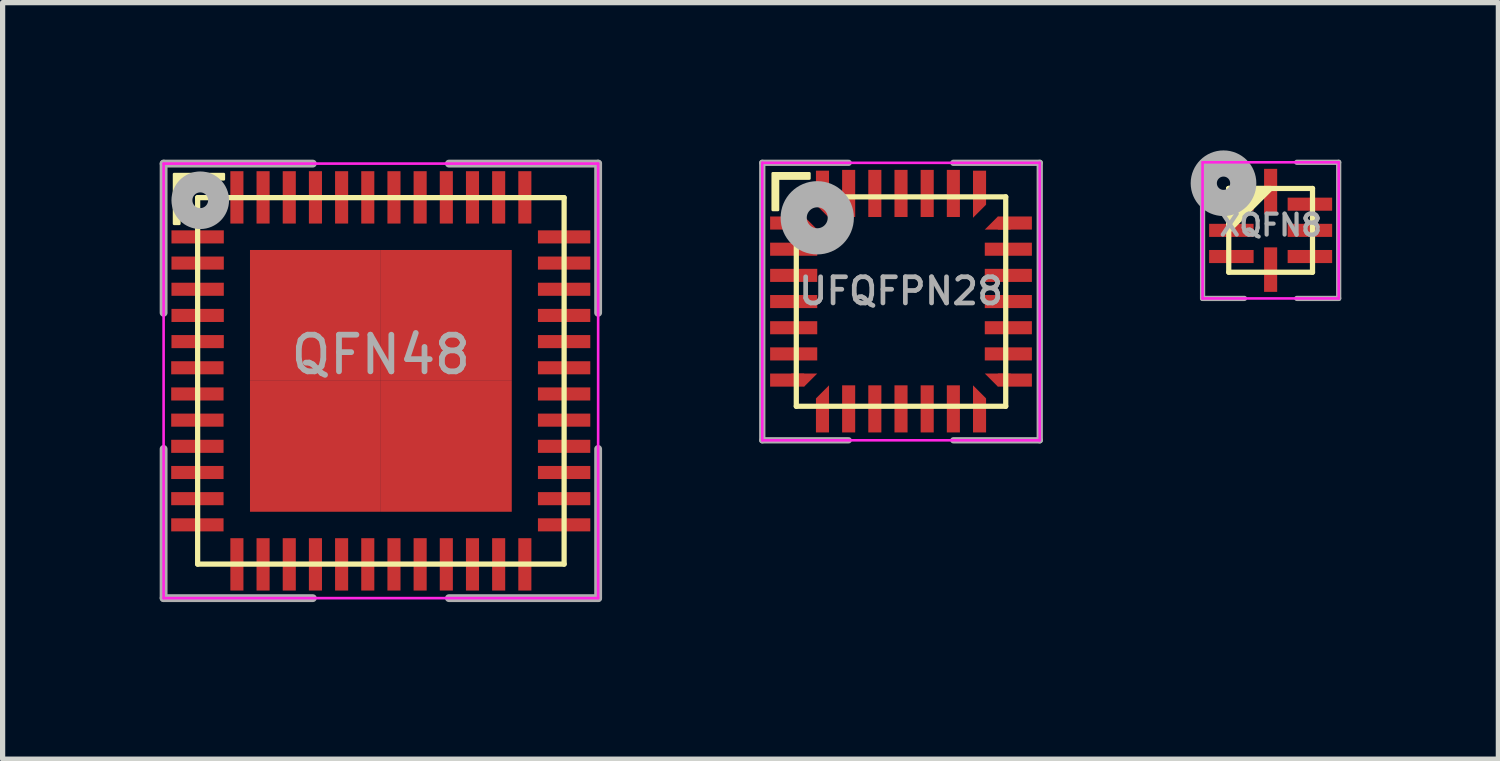
<source format=kicad_pcb>
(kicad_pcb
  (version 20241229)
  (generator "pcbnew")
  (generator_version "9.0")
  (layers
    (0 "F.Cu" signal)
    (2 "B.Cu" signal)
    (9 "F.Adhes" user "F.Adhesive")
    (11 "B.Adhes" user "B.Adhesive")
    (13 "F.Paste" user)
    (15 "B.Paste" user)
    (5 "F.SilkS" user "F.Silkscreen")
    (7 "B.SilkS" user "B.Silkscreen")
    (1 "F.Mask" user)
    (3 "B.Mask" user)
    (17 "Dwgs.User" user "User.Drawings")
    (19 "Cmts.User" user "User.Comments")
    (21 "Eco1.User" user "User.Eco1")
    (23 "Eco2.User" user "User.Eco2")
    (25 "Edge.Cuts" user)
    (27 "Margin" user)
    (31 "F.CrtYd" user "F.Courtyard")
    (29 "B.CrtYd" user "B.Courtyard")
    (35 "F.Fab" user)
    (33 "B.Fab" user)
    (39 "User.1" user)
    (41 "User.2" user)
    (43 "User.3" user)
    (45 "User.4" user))
  (footprint "XQFN8"
    (layer "F.Cu")
    (at 21.22 1.35)
    (property "Reference" "XQFN8" (at 0 -0.1 0) (layer "F.Fab") (effects (font (size 0.4 0.4) (thickness 0.08))))
    (attr smd)
    (fp_line (start -0.8 -0.8) (end 0.8 -0.8) (stroke (width 0.1) (type solid)) (layer "F.SilkS"))
    (fp_line (start -0.8 0.8) (end -0.8 -0.8) (stroke (width 0.1) (type solid)) (layer "F.SilkS"))
    (fp_line (start 0.8 -0.8) (end 0.8 0.8) (stroke (width 0.1) (type solid)) (layer "F.SilkS"))
    (fp_line (start 0.8 0.8) (end -0.8 0.8) (stroke (width 0.1) (type solid)) (layer "F.SilkS"))
    (fp_poly (pts (xy -0.8 0) (xy -0.8 -0.8) (xy 0 -0.8)) (stroke (width 0.1) (type solid)) (fill yes) (layer "F.SilkS"))
    (fp_line (start -1.3 1.3) (end -1.3 -1.3) (stroke (width 0.05) (type solid)) (layer "F.CrtYd"))
    (fp_line (start 1.3 -1.3) (end -1.3 -1.3) (stroke (width 0.05) (type solid)) (layer "F.CrtYd"))
    (fp_line (start 1.3 1.3) (end -1.3 1.3) (stroke (width 0.05) (type solid)) (layer "F.CrtYd"))
    (fp_line (start 1.3 1.3) (end 1.3 -1.3) (stroke (width 0.05) (type solid)) (layer "F.CrtYd"))
    (fp_line (start -1.3 1.3) (end -1.3 -1.3) (stroke (width 0.1) (type solid)) (layer "F.Fab"))
    (fp_line (start -0.5 -1.3) (end -1.3 -1.3) (stroke (width 0.1) (type solid)) (layer "F.Fab"))
    (fp_line (start -0.5 1.3) (end -1.3 1.3) (stroke (width 0.1) (type solid)) (layer "F.Fab"))
    (fp_line (start 1.3 -1.3) (end 0.5 -1.3) (stroke (width 0.1) (type solid)) (layer "F.Fab"))
    (fp_line (start 1.3 1.3) (end 0.5 1.3) (stroke (width 0.1) (type solid)) (layer "F.Fab"))
    (fp_line (start 1.3 1.3) (end 1.3 -1.3) (stroke (width 0.1) (type solid)) (layer "F.Fab"))
    (fp_circle (center -0.9 -0.9) (end -0.773 -0.9) (stroke (width 0.5) (type solid)) (fill no) (layer "F.Fab"))
    (pad "1" smd rect (at -0.75 -0.5 90) (size 0.25 0.85) (layers "F.Cu" "F.Mask" "F.Paste"))
    (pad "2" smd rect (at -0.75 0 90) (size 0.25 0.85) (layers "F.Cu" "F.Mask" "F.Paste"))
    (pad "3" smd rect (at -0.75 0.5 90) (size 0.25 0.85) (layers "F.Cu" "F.Mask" "F.Paste"))
    (pad "4" smd rect (at 0 0.75) (size 0.25 0.85) (layers "F.Cu" "F.Mask" "F.Paste"))
    (pad "5" smd rect (at 0.75 0.5 90) (size 0.25 0.85) (layers "F.Cu" "F.Mask" "F.Paste"))
    (pad "6" smd rect (at 0.75 0 90) (size 0.25 0.85) (layers "F.Cu" "F.Mask" "F.Paste"))
    (pad "7" smd rect (at 0.75 -0.5 90) (size 0.25 0.85) (layers "F.Cu" "F.Mask" "F.Paste"))
    (pad "8" smd rect (at 0 -0.75) (size 0.25 0.85) (layers "F.Cu" "F.Mask" "F.Paste")))
  (footprint "QFN48"
    (layer "F.Cu")
    (at 4.225 4.225)
    (property "Reference" "QFN48" (at 0 -0.5 0) (layer "F.Fab") (effects (font (size 0.7 0.7) (thickness 0.11))))
    (attr smd)
    (fp_line (start -3.5 3.5) (end -3.5 -3.5) (stroke (width 0.1) (type solid)) (layer "F.SilkS"))
    (fp_line (start -3.5 3.5) (end 3.5 3.5) (stroke (width 0.1) (type solid)) (layer "F.SilkS"))
    (fp_line (start 3.5 -3.5) (end -3.5 -3.5) (stroke (width 0.1) (type solid)) (layer "F.SilkS"))
    (fp_line (start 3.5 -3.5) (end 3.5 3.5) (stroke (width 0.1) (type solid)) (layer "F.SilkS"))
    (fp_poly (pts (xy -3 -3.85) (xy -3.85 -3.85) (xy -3.85 -3) (xy -3.95 -3) (xy -3.95 -3.95) (xy -3 -3.95)) (stroke (width 0.05) (type solid)) (fill yes) (layer "F.SilkS"))
    (fp_line (start -4.15 -4.15) (end 4.15 -4.15) (stroke (width 0.05) (type solid)) (layer "F.CrtYd"))
    (fp_line (start -4.15 4.15) (end -4.15 -4.15) (stroke (width 0.05) (type solid)) (layer "F.CrtYd"))
    (fp_line (start 4.15 4.15) (end -4.15 4.15) (stroke (width 0.05) (type solid)) (layer "F.CrtYd"))
    (fp_line (start 4.15 4.15) (end 4.15 -4.15) (stroke (width 0.05) (type solid)) (layer "F.CrtYd"))
    (fp_line (start -4.15 -4.15) (end -4.15 -1.3) (stroke (width 0.15) (type solid)) (layer "F.Fab"))
    (fp_line (start -4.15 -4.15) (end -1.3 -4.15) (stroke (width 0.15) (type solid)) (layer "F.Fab"))
    (fp_line (start -4.15 4.15) (end -4.15 1.3) (stroke (width 0.15) (type solid)) (layer "F.Fab"))
    (fp_line (start -4.15 4.15) (end -1.3 4.15) (stroke (width 0.15) (type solid)) (layer "F.Fab"))
    (fp_line (start 1.3 -4.15) (end 4.15 -4.15) (stroke (width 0.15) (type solid)) (layer "F.Fab"))
    (fp_line (start 1.3 4.15) (end 4.15 4.15) (stroke (width 0.15) (type solid)) (layer "F.Fab"))
    (fp_line (start 4.15 -4.15) (end 4.15 -1.3) (stroke (width 0.15) (type solid)) (layer "F.Fab"))
    (fp_line (start 4.15 4.15) (end 4.15 1.3) (stroke (width 0.15) (type solid)) (layer "F.Fab"))
    (fp_circle (center -3.45 -3.45) (end -3.3 -3.45) (stroke (width 0.4) (type solid)) (fill no) (layer "F.Fab"))
    (pad "0" smd rect (at -1.25 -1.25) (size 2.5 2.5) (layers "F.Cu" "F.Mask" "F.Paste"))
    (pad "0" smd rect (at -1.25 1.25) (size 2.5 2.5) (layers "F.Cu" "F.Mask" "F.Paste"))
    (pad "0" smd rect (at 1.25 -1.25) (size 2.5 2.5) (layers "F.Cu" "F.Mask" "F.Paste"))
    (pad "0" smd rect (at 1.25 1.25) (size 2.5 2.5) (layers "F.Cu" "F.Mask" "F.Paste"))
    (pad "1" smd rect (at -3.5 -2.75) (size 1 0.25) (layers "F.Cu" "F.Mask" "F.Paste"))
    (pad "2" smd rect (at -3.5 -2.25) (size 1 0.25) (layers "F.Cu" "F.Mask" "F.Paste"))
    (pad "3" smd rect (at -3.5 -1.75) (size 1 0.25) (layers "F.Cu" "F.Mask" "F.Paste"))
    (pad "4" smd rect (at -3.5 -1.25) (size 1 0.25) (layers "F.Cu" "F.Mask" "F.Paste"))
    (pad "5" smd rect (at -3.5 -0.75) (size 1 0.25) (layers "F.Cu" "F.Mask" "F.Paste"))
    (pad "6" smd rect (at -3.505 -0.25) (size 1 0.25) (layers "F.Cu" "F.Mask" "F.Paste"))
    (pad "7" smd rect (at -3.505 0.25) (size 1 0.25) (layers "F.Cu" "F.Mask" "F.Paste"))
    (pad "8" smd rect (at -3.505 0.75) (size 1 0.25) (layers "F.Cu" "F.Mask" "F.Paste"))
    (pad "9" smd rect (at -3.505 1.25) (size 1 0.25) (layers "F.Cu" "F.Mask" "F.Paste"))
    (pad "10" smd rect (at -3.505 1.75) (size 1 0.25) (layers "F.Cu" "F.Mask" "F.Paste"))
    (pad "11" smd rect (at -3.505 2.25) (size 1 0.25) (layers "F.Cu" "F.Mask" "F.Paste"))
    (pad "12" smd rect (at -3.505 2.75) (size 1 0.25) (layers "F.Cu" "F.Mask" "F.Paste"))
    (pad "13" smd rect (at -2.75 3.505) (size 0.25 1) (layers "F.Cu" "F.Mask" "F.Paste"))
    (pad "14" smd rect (at -2.25 3.505) (size 0.25 1) (layers "F.Cu" "F.Mask" "F.Paste"))
    (pad "15" smd rect (at -1.75 3.505) (size 0.25 1) (layers "F.Cu" "F.Mask" "F.Paste"))
    (pad "16" smd rect (at -1.25 3.505) (size 0.25 1) (layers "F.Cu" "F.Mask" "F.Paste"))
    (pad "17" smd rect (at -0.75 3.505) (size 0.25 1) (layers "F.Cu" "F.Mask" "F.Paste"))
    (pad "18" smd rect (at -0.25 3.505) (size 0.25 1) (layers "F.Cu" "F.Mask" "F.Paste"))
    (pad "19" smd rect (at 0.25 3.505) (size 0.25 1) (layers "F.Cu" "F.Mask" "F.Paste"))
    (pad "20" smd rect (at 0.75 3.505) (size 0.25 1) (layers "F.Cu" "F.Mask" "F.Paste"))
    (pad "21" smd rect (at 1.25 3.505) (size 0.25 1) (layers "F.Cu" "F.Mask" "F.Paste"))
    (pad "22" smd rect (at 1.75 3.505) (size 0.25 1) (layers "F.Cu" "F.Mask" "F.Paste"))
    (pad "23" smd rect (at 2.25 3.505) (size 0.25 1) (layers "F.Cu" "F.Mask" "F.Paste"))
    (pad "24" smd rect (at 2.75 3.505) (size 0.25 1) (layers "F.Cu" "F.Mask" "F.Paste"))
    (pad "25" smd rect (at 3.5 2.75) (size 1 0.25) (layers "F.Cu" "F.Mask" "F.Paste"))
    (pad "26" smd rect (at 3.5 2.25) (size 1 0.25) (layers "F.Cu" "F.Mask" "F.Paste"))
    (pad "27" smd rect (at 3.5 1.75) (size 1 0.25) (layers "F.Cu" "F.Mask" "F.Paste"))
    (pad "28" smd rect (at 3.5 1.25) (size 1 0.25) (layers "F.Cu" "F.Mask" "F.Paste"))
    (pad "29" smd rect (at 3.5 0.75) (size 1 0.25) (layers "F.Cu" "F.Mask" "F.Paste"))
    (pad "30" smd rect (at 3.5 0.25) (size 1 0.25) (layers "F.Cu" "F.Mask" "F.Paste"))
    (pad "31" smd rect (at 3.5 -0.25) (size 1 0.25) (layers "F.Cu" "F.Mask" "F.Paste"))
    (pad "32" smd rect (at 3.5 -0.75) (size 1 0.25) (layers "F.Cu" "F.Mask" "F.Paste"))
    (pad "33" smd rect (at 3.5 -1.25) (size 1 0.25) (layers "F.Cu" "F.Mask" "F.Paste"))
    (pad "34" smd rect (at 3.5 -1.75) (size 1 0.25) (layers "F.Cu" "F.Mask" "F.Paste"))
    (pad "35" smd rect (at 3.5 -2.25) (size 1 0.25) (layers "F.Cu" "F.Mask" "F.Paste"))
    (pad "36" smd rect (at 3.5 -2.75) (size 1 0.25) (layers "F.Cu" "F.Mask" "F.Paste"))
    (pad "37" smd rect (at 2.75 -3.505) (size 0.25 1) (layers "F.Cu" "F.Mask" "F.Paste"))
    (pad "38" smd rect (at 2.25 -3.505) (size 0.25 1) (layers "F.Cu" "F.Mask" "F.Paste"))
    (pad "39" smd rect (at 1.75 -3.505) (size 0.25 1) (layers "F.Cu" "F.Mask" "F.Paste"))
    (pad "40" smd rect (at 1.25 -3.505) (size 0.25 1) (layers "F.Cu" "F.Mask" "F.Paste"))
    (pad "41" smd rect (at 0.75 -3.505) (size 0.25 1) (layers "F.Cu" "F.Mask" "F.Paste"))
    (pad "42" smd rect (at 0.25 -3.505) (size 0.25 1) (layers "F.Cu" "F.Mask" "F.Paste"))
    (pad "43" smd rect (at -0.25 -3.505) (size 0.25 1) (layers "F.Cu" "F.Mask" "F.Paste"))
    (pad "44" smd rect (at -0.75 -3.505) (size 0.25 1) (layers "F.Cu" "F.Mask" "F.Paste"))
    (pad "45" smd rect (at -1.25 -3.505) (size 0.25 1) (layers "F.Cu" "F.Mask" "F.Paste"))
    (pad "46" smd rect (at -1.75 -3.505) (size 0.25 1) (layers "F.Cu" "F.Mask" "F.Paste"))
    (pad "47" smd rect (at -2.25 -3.505) (size 0.25 1) (layers "F.Cu" "F.Mask" "F.Paste"))
    (pad "48" smd rect (at -2.75 -3.505) (size 0.25 1) (layers "F.Cu" "F.Mask" "F.Paste")))
  (footprint "UFQFPN28"
    (layer "F.Cu")
    (at 14.16 2.71)
    (property "Reference" "UFQFPN28" (at 0 -0.2 0) (layer "F.Fab") (effects (font (size 0.5 0.5) (thickness 0.09))))
    (attr smd)
    (fp_line (start -2 -2) (end 2 -2) (stroke (width 0.1) (type solid)) (layer "F.SilkS"))
    (fp_line (start -2 2) (end -2 -2) (stroke (width 0.1) (type solid)) (layer "F.SilkS"))
    (fp_line (start 2 -2) (end 2 2) (stroke (width 0.1) (type solid)) (layer "F.SilkS"))
    (fp_line (start 2 2) (end -2 2) (stroke (width 0.1) (type solid)) (layer "F.SilkS"))
    (fp_poly (pts (xy -1.75 -2.35) (xy -2.35 -2.35) (xy -2.35 -1.75) (xy -2.45 -1.75) (xy -2.45 -2.45) (xy -1.75 -2.45)) (stroke (width 0.05) (type solid)) (fill yes) (layer "F.SilkS"))
    (fp_line (start -2.65 -2.65) (end 2.65 -2.65) (stroke (width 0.05) (type solid)) (layer "F.CrtYd"))
    (fp_line (start -2.65 2.65) (end -2.65 -2.65) (stroke (width 0.05) (type solid)) (layer "F.CrtYd"))
    (fp_line (start 2.65 -2.65) (end 2.65 2.65) (stroke (width 0.05) (type solid)) (layer "F.CrtYd"))
    (fp_line (start 2.65 2.65) (end -2.65 2.65) (stroke (width 0.05) (type solid)) (layer "F.CrtYd"))
    (fp_line (start -2.65 -2.65) (end -2.65 2.65) (stroke (width 0.12) (type solid)) (layer "F.Fab"))
    (fp_line (start -2.65 2.65) (end -1 2.65) (stroke (width 0.12) (type solid)) (layer "F.Fab"))
    (fp_line (start -1 -2.65) (end -2.65 -2.65) (stroke (width 0.12) (type solid)) (layer "F.Fab"))
    (fp_line (start 1 2.65) (end 2.65 2.65) (stroke (width 0.12) (type solid)) (layer "F.Fab"))
    (fp_line (start 2.65 -2.65) (end 1 -2.65) (stroke (width 0.12) (type solid)) (layer "F.Fab"))
    (fp_line (start 2.65 2.65) (end 2.65 -2.65) (stroke (width 0.12) (type solid)) (layer "F.Fab"))
    (fp_circle (center -1.6 -1.6) (end -1.4 -1.6) (stroke (width 0.5) (type solid)) (fill no) (layer "F.Fab"))
    (pad "1" smd rect (at -2.175 -1.5) (size 0.65 0.25) (layers "F.Cu" "F.Mask" "F.Paste"))
    (pad "1" smd trapezoid (at -1.85 -1.5) (size 0.25 0.25) (rect_delta 0 0.25) (layers "F.Cu" "F.Mask" "F.Paste"))
    (pad "2" smd rect (at -2.05 -1) (size 0.9 0.25) (layers "F.Cu" "F.Mask" "F.Paste"))
    (pad "3" smd rect (at -2.05 -0.5) (size 0.9 0.25) (layers "F.Cu" "F.Mask" "F.Paste"))
    (pad "4" smd rect (at -2.05 0) (size 0.9 0.25) (layers "F.Cu" "F.Mask" "F.Paste"))
    (pad "5" smd rect (at -2.05 0.5) (size 0.9 0.25) (layers "F.Cu" "F.Mask" "F.Paste"))
    (pad "6" smd rect (at -2.05 1) (size 0.9 0.25) (layers "F.Cu" "F.Mask" "F.Paste"))
    (pad "7" smd rect (at -2.175 1.5) (size 0.65 0.25) (layers "F.Cu" "F.Mask" "F.Paste"))
    (pad "7" smd trapezoid (at -1.85 1.5 180) (size 0.25 0.25) (rect_delta 0 0.25) (layers "F.Cu" "F.Mask" "F.Paste"))
    (pad "8" smd trapezoid (at -1.5 1.85 90) (size 0.25 0.25) (rect_delta 0 0.25) (layers "F.Cu" "F.Mask" "F.Paste"))
    (pad "8" smd rect (at -1.5 2.175 90) (size 0.65 0.25) (layers "F.Cu" "F.Mask" "F.Paste"))
    (pad "9" smd rect (at -1 2.05 90) (size 0.9 0.25) (layers "F.Cu" "F.Mask" "F.Paste"))
    (pad "10" smd rect (at -0.5 2.05 90) (size 0.9 0.25) (layers "F.Cu" "F.Mask" "F.Paste"))
    (pad "11" smd rect (at 0 2.05 90) (size 0.9 0.25) (layers "F.Cu" "F.Mask" "F.Paste"))
    (pad "12" smd rect (at 0.5 2.05 90) (size 0.9 0.25) (layers "F.Cu" "F.Mask" "F.Paste"))
    (pad "13" smd rect (at 1 2.05 90) (size 0.9 0.25) (layers "F.Cu" "F.Mask" "F.Paste"))
    (pad "14" smd trapezoid (at 1.5 1.85 270) (size 0.25 0.25) (rect_delta 0 0.25) (layers "F.Cu" "F.Mask" "F.Paste"))
    (pad "14" smd rect (at 1.5 2.175 90) (size 0.65 0.25) (layers "F.Cu" "F.Mask" "F.Paste"))
    (pad "15" smd trapezoid (at 1.85 1.5 180) (size 0.25 0.25) (rect_delta 0 0.25) (layers "F.Cu" "F.Mask" "F.Paste"))
    (pad "15" smd rect (at 2.175 1.5 180) (size 0.65 0.25) (layers "F.Cu" "F.Mask" "F.Paste"))
    (pad "16" smd rect (at 2.05 1 180) (size 0.9 0.25) (layers "F.Cu" "F.Mask" "F.Paste"))
    (pad "17" smd rect (at 2.05 0.5 180) (size 0.9 0.25) (layers "F.Cu" "F.Mask" "F.Paste"))
    (pad "18" smd rect (at 2.05 0 180) (size 0.9 0.25) (layers "F.Cu" "F.Mask" "F.Paste"))
    (pad "19" smd rect (at 2.05 -0.5 180) (size 0.9 0.25) (layers "F.Cu" "F.Mask" "F.Paste"))
    (pad "20" smd rect (at 2.05 -1 180) (size 0.9 0.25) (layers "F.Cu" "F.Mask" "F.Paste"))
    (pad "21" smd trapezoid (at 1.85 -1.5) (size 0.25 0.25) (rect_delta 0 0.25) (layers "F.Cu" "F.Mask" "F.Paste"))
    (pad "21" smd rect (at 2.175 -1.5 180) (size 0.65 0.25) (layers "F.Cu" "F.Mask" "F.Paste"))
    (pad "22" smd rect (at 1.5 -2.175 270) (size 0.65 0.25) (layers "F.Cu" "F.Mask" "F.Paste"))
    (pad "22" smd trapezoid (at 1.5 -1.85 270) (size 0.25 0.25) (rect_delta 0 0.25) (layers "F.Cu" "F.Mask" "F.Paste"))
    (pad "23" smd rect (at 1 -2.065 270) (size 0.9 0.25) (layers "F.Cu" "F.Mask" "F.Paste"))
    (pad "24" smd rect (at 0.5 -2.065 270) (size 0.9 0.25) (layers "F.Cu" "F.Mask" "F.Paste"))
    (pad "25" smd rect (at 0 -2.065 270) (size 0.9 0.25) (layers "F.Cu" "F.Mask" "F.Paste"))
    (pad "26" smd rect (at -0.5 -2.065 270) (size 0.9 0.25) (layers "F.Cu" "F.Mask" "F.Paste"))
    (pad "27" smd rect (at -1 -2.065 270) (size 0.9 0.25) (layers "F.Cu" "F.Mask" "F.Paste"))
    (pad "28" smd rect (at -1.5 -2.175 270) (size 0.65 0.25) (layers "F.Cu" "F.Mask" "F.Paste"))
    (pad "28" smd trapezoid (at -1.5 -1.85 90) (size 0.25 0.25) (rect_delta 0 0.25) (layers "F.Cu" "F.Mask" "F.Paste")))
  (gr_rect
    (start -3 -3)
    (end 25.57 11.45)
    (stroke (width 0.1) (type default))
    (fill no)
    (layer "Edge.Cuts")))
</source>
